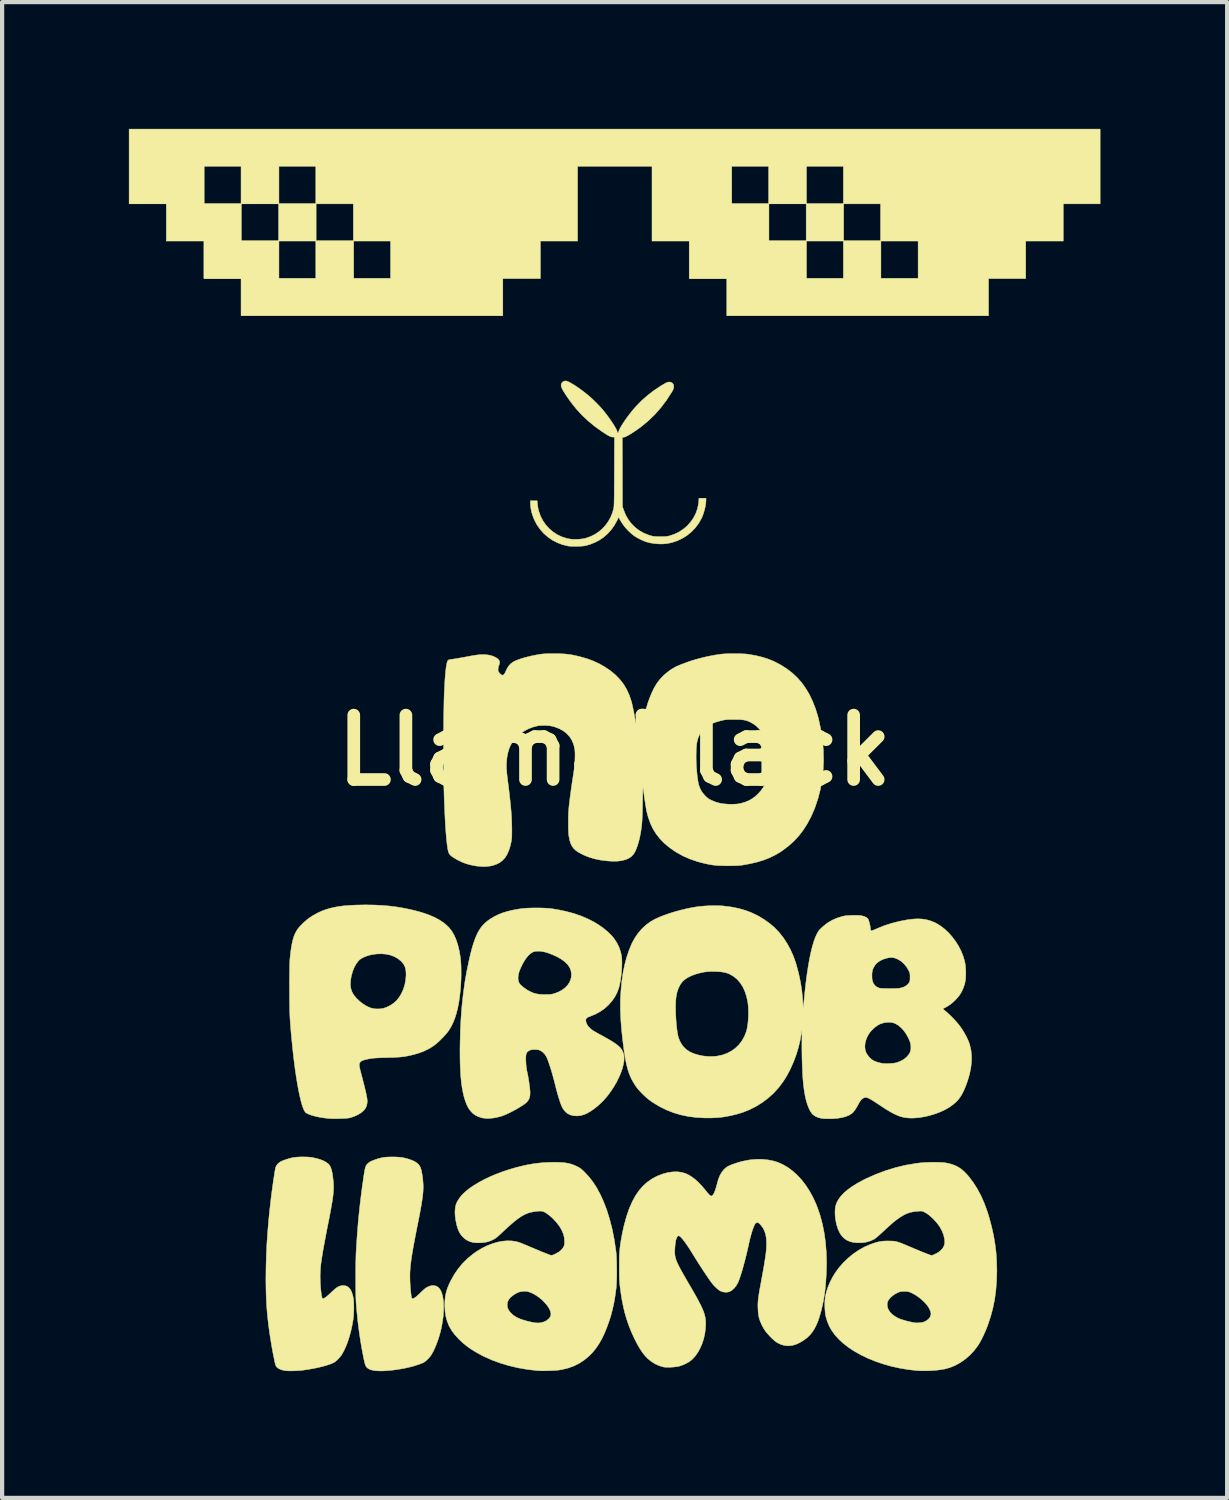
<source format=kicad_pcb>
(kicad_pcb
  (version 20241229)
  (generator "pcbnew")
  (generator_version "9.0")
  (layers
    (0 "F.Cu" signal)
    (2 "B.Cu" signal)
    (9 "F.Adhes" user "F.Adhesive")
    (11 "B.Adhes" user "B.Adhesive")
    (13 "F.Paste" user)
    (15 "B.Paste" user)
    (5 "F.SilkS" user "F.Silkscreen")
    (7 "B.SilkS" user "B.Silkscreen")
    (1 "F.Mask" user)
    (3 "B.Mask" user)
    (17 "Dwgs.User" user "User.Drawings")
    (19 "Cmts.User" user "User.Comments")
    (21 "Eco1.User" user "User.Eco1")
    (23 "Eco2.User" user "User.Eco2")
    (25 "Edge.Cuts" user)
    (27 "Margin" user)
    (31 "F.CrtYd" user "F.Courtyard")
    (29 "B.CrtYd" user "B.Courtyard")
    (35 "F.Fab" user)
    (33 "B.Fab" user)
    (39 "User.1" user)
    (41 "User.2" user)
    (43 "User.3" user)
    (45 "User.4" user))
  (footprint "LlamaBlack"
    (layer "F.Cu")
    (at 11.49 14.707)
    (property "Reference" "LlamaBlack" (at 0 0 0) (layer "F.SilkS") (effects (font (size 1.524 1.524) (thickness 0.3))))
    (attr through_hole)
    (fp_poly (pts (xy 11.494 -12.933) (xy 10.622 -12.933) (xy 10.622 -12.053) (xy 9.733 -12.053) (xy 9.733 -11.164) (xy 8.853 -11.164) (xy 8.853 -10.284) (xy 2.658 -10.284) (xy 2.658 -11.164) (xy 1.769 -11.164) (xy 1.769 -12.053) (xy 4.545 -12.053) (xy 4.545 -11.172) (xy 5.417 -11.172) (xy 5.417 -12.053) (xy 6.306 -12.053) (xy 6.306 -11.172) (xy 7.186 -11.172) (xy 7.186 -12.053) (xy 6.306 -12.053) (xy 5.417 -12.053) (xy 4.545 -12.053) (xy 1.769 -12.053) (xy 0.889 -12.053) (xy 0.889 -12.933) (xy 3.656 -12.933) (xy 3.656 -12.061) (xy 4.537 -12.061) (xy 4.537 -12.933) (xy 5.425 -12.933) (xy 5.425 -12.061) (xy 6.297 -12.061) (xy 6.297 -12.933) (xy 5.425 -12.933) (xy 4.537 -12.933) (xy 3.656 -12.933) (xy 0.889 -12.933) (xy 0.889 -13.821) (xy 2.776 -13.821) (xy 2.776 -12.941) (xy 3.648 -12.941) (xy 3.648 -13.821) (xy 4.545 -13.821) (xy 4.545 -12.941) (xy 5.417 -12.941) (xy 5.417 -13.821) (xy 4.545 -13.821) (xy 3.648 -13.821) (xy 2.776 -13.821) (xy 0.889 -13.821) (xy -0.872 -13.821) (xy -0.872 -12.053) (xy -1.752 -12.053) (xy -1.752 -11.164) (xy -2.641 -11.164) (xy -2.641 -10.284) (xy -8.836 -10.284) (xy -8.836 -11.164) (xy -9.716 -11.164) (xy -9.716 -12.053) (xy -7.939 -12.053) (xy -7.939 -11.172) (xy -7.067 -11.172) (xy -7.067 -12.053) (xy -6.17 -12.053) (xy -6.17 -11.172) (xy -5.298 -11.172) (xy -5.298 -12.053) (xy -6.17 -12.053) (xy -7.067 -12.053) (xy -7.939 -12.053) (xy -9.716 -12.053) (xy -10.605 -12.053) (xy -10.605 -12.933) (xy -8.828 -12.933) (xy -8.828 -12.061) (xy -7.948 -12.061) (xy -7.948 -12.933) (xy -7.059 -12.933) (xy -7.059 -12.061) (xy -6.179 -12.061) (xy -6.179 -12.933) (xy -7.059 -12.933) (xy -7.948 -12.933) (xy -8.828 -12.933) (xy -10.605 -12.933) (xy -11.485 -12.933) (xy -11.485 -13.821) (xy -9.708 -13.821) (xy -9.708 -12.941) (xy -8.836 -12.941) (xy -8.836 -13.821) (xy -7.939 -13.821) (xy -7.939 -12.941) (xy -7.067 -12.941) (xy -7.067 -13.821) (xy -7.939 -13.821) (xy -8.836 -13.821) (xy -9.708 -13.821) (xy -11.485 -13.821) (xy -11.485 -14.702) (xy 11.494 -14.702) (xy 11.494 -12.933)) (stroke (width 0.01) (type solid)) (fill yes) (layer "F.SilkS"))
    (fp_poly (pts (xy -7.27 9.622) (xy -7.201 9.627) (xy -7.146 9.635) (xy -7.049 9.656) (xy -6.961 9.682) (xy -6.885 9.712) (xy -6.821 9.747) (xy -6.771 9.784) (xy -6.737 9.824) (xy -6.736 9.825) (xy -6.714 9.87) (xy -6.694 9.931) (xy -6.677 10.006) (xy -6.664 10.095) (xy -6.653 10.197) (xy -6.651 10.217) (xy -6.648 10.265) (xy -6.646 10.313) (xy -6.646 10.362) (xy -6.648 10.413) (xy -6.652 10.468) (xy -6.658 10.528) (xy -6.667 10.595) (xy -6.678 10.67) (xy -6.692 10.753) (xy -6.709 10.848) (xy -6.728 10.954) (xy -6.751 11.074) (xy -6.778 11.208) (xy -6.788 11.257) (xy -6.812 11.38) (xy -6.835 11.501) (xy -6.857 11.619) (xy -6.878 11.732) (xy -6.897 11.837) (xy -6.913 11.934) (xy -6.927 12.02) (xy -6.938 12.094) (xy -6.946 12.153) (xy -6.948 12.171) (xy -6.952 12.211) (xy -6.956 12.261) (xy -6.959 12.316) (xy -6.962 12.37) (xy -6.962 12.374) (xy -6.964 12.432) (xy -6.963 12.495) (xy -6.961 12.563) (xy -6.958 12.632) (xy -6.953 12.701) (xy -6.948 12.766) (xy -6.941 12.826) (xy -6.934 12.878) (xy -6.927 12.921) (xy -6.919 12.95) (xy -6.911 12.965) (xy -6.898 12.972) (xy -6.878 12.968) (xy -6.851 12.954) (xy -6.816 12.929) (xy -6.773 12.892) (xy -6.719 12.842) (xy -6.71 12.834) (xy -6.654 12.781) (xy -6.606 12.74) (xy -6.564 12.709) (xy -6.526 12.688) (xy -6.49 12.674) (xy -6.454 12.666) (xy -6.436 12.664) (xy -6.379 12.666) (xy -6.329 12.681) (xy -6.286 12.711) (xy -6.25 12.755) (xy -6.219 12.814) (xy -6.195 12.888) (xy -6.177 12.967) (xy -6.172 13.009) (xy -6.169 13.064) (xy -6.167 13.128) (xy -6.166 13.198) (xy -6.168 13.27) (xy -6.171 13.34) (xy -6.175 13.404) (xy -6.181 13.458) (xy -6.182 13.462) (xy -6.206 13.602) (xy -6.236 13.739) (xy -6.272 13.872) (xy -6.312 13.996) (xy -6.357 14.111) (xy -6.405 14.214) (xy -6.454 14.3) (xy -6.487 14.346) (xy -6.527 14.392) (xy -6.57 14.434) (xy -6.61 14.467) (xy -6.628 14.479) (xy -6.678 14.504) (xy -6.743 14.53) (xy -6.822 14.555) (xy -6.911 14.58) (xy -7.011 14.604) (xy -7.118 14.626) (xy -7.231 14.646) (xy -7.348 14.664) (xy -7.375 14.668) (xy -7.442 14.675) (xy -7.513 14.68) (xy -7.587 14.683) (xy -7.658 14.684) (xy -7.724 14.683) (xy -7.78 14.679) (xy -7.823 14.673) (xy -7.826 14.672) (xy -7.896 14.652) (xy -7.951 14.626) (xy -7.991 14.594) (xy -8.011 14.566) (xy -8.018 14.547) (xy -8.028 14.512) (xy -8.039 14.465) (xy -8.051 14.406) (xy -8.065 14.339) (xy -8.08 14.264) (xy -8.095 14.184) (xy -8.11 14.1) (xy -8.124 14.014) (xy -8.138 13.929) (xy -8.151 13.846) (xy -8.163 13.766) (xy -8.171 13.707) (xy -8.191 13.552) (xy -8.207 13.408) (xy -8.22 13.269) (xy -8.231 13.132) (xy -8.238 12.995) (xy -8.243 12.852) (xy -8.246 12.701) (xy -8.248 12.538) (xy -8.248 12.497) (xy -8.245 12.228) (xy -8.238 11.963) (xy -8.226 11.699) (xy -8.208 11.433) (xy -8.186 11.161) (xy -8.158 10.88) (xy -8.125 10.588) (xy -8.117 10.524) (xy -8.108 10.453) (xy -8.097 10.378) (xy -8.087 10.301) (xy -8.076 10.225) (xy -8.065 10.15) (xy -8.054 10.08) (xy -8.045 10.016) (xy -8.036 9.962) (xy -8.028 9.918) (xy -8.023 9.887) (xy -8.02 9.873) (xy -7.998 9.825) (xy -7.964 9.781) (xy -7.92 9.745) (xy -7.91 9.739) (xy -7.873 9.72) (xy -7.823 9.699) (xy -7.765 9.679) (xy -7.704 9.66) (xy -7.645 9.644) (xy -7.623 9.639) (xy -7.567 9.63) (xy -7.499 9.624) (xy -7.424 9.62) (xy -7.346 9.62) (xy -7.27 9.622)) (stroke (width 0.01) (type solid)) (fill yes) (layer "F.SilkS"))
    (fp_poly (pts (xy -5.171 9.622) (xy -5.097 9.626) (xy -5.032 9.633) (xy -4.97 9.645) (xy -4.906 9.661) (xy -4.861 9.675) (xy -4.785 9.702) (xy -4.723 9.731) (xy -4.674 9.763) (xy -4.635 9.799) (xy -4.609 9.834) (xy -4.592 9.868) (xy -4.575 9.917) (xy -4.561 9.978) (xy -4.548 10.049) (xy -4.537 10.127) (xy -4.53 10.21) (xy -4.529 10.224) (xy -4.526 10.278) (xy -4.525 10.332) (xy -4.526 10.389) (xy -4.529 10.448) (xy -4.535 10.512) (xy -4.543 10.583) (xy -4.555 10.661) (xy -4.569 10.749) (xy -4.586 10.847) (xy -4.606 10.957) (xy -4.63 11.081) (xy -4.655 11.206) (xy -4.687 11.366) (xy -4.715 11.511) (xy -4.74 11.642) (xy -4.762 11.76) (xy -4.78 11.867) (xy -4.796 11.964) (xy -4.809 12.051) (xy -4.82 12.132) (xy -4.828 12.206) (xy -4.834 12.275) (xy -4.838 12.34) (xy -4.84 12.403) (xy -4.84 12.464) (xy -4.839 12.526) (xy -4.839 12.535) (xy -4.836 12.595) (xy -4.833 12.658) (xy -4.828 12.721) (xy -4.823 12.783) (xy -4.817 12.84) (xy -4.811 12.889) (xy -4.805 12.927) (xy -4.8 12.952) (xy -4.798 12.956) (xy -4.787 12.971) (xy -4.775 12.975) (xy -4.753 12.969) (xy -4.722 12.951) (xy -4.684 12.922) (xy -4.641 12.884) (xy -4.605 12.85) (xy -4.573 12.818) (xy -4.54 12.787) (xy -4.512 12.761) (xy -4.494 12.745) (xy -4.434 12.704) (xy -4.374 12.677) (xy -4.315 12.664) (xy -4.259 12.665) (xy -4.207 12.681) (xy -4.164 12.71) (xy -4.128 12.753) (xy -4.098 12.81) (xy -4.074 12.881) (xy -4.057 12.963) (xy -4.045 13.057) (xy -4.041 13.159) (xy -4.043 13.269) (xy -4.051 13.386) (xy -4.067 13.508) (xy -4.089 13.633) (xy -4.093 13.656) (xy -4.118 13.759) (xy -4.147 13.863) (xy -4.18 13.965) (xy -4.217 14.063) (xy -4.255 14.154) (xy -4.294 14.235) (xy -4.332 14.302) (xy -4.344 14.32) (xy -4.373 14.357) (xy -4.409 14.397) (xy -4.448 14.434) (xy -4.486 14.466) (xy -4.514 14.484) (xy -4.542 14.497) (xy -4.582 14.513) (xy -4.632 14.531) (xy -4.687 14.549) (xy -4.745 14.567) (xy -4.8 14.583) (xy -4.829 14.59) (xy -4.936 14.615) (xy -5.046 14.636) (xy -5.156 14.654) (xy -5.265 14.668) (xy -5.37 14.678) (xy -5.469 14.684) (xy -5.559 14.685) (xy -5.637 14.681) (xy -5.702 14.673) (xy -5.705 14.672) (xy -5.758 14.659) (xy -5.799 14.644) (xy -5.833 14.624) (xy -5.851 14.609) (xy -5.866 14.595) (xy -5.878 14.578) (xy -5.889 14.557) (xy -5.899 14.53) (xy -5.909 14.493) (xy -5.921 14.445) (xy -5.934 14.383) (xy -5.938 14.363) (xy -5.979 14.151) (xy -6.014 13.94) (xy -6.045 13.726) (xy -6.073 13.505) (xy -6.096 13.274) (xy -6.113 13.081) (xy -6.115 13.037) (xy -6.118 12.979) (xy -6.12 12.907) (xy -6.121 12.826) (xy -6.122 12.736) (xy -6.123 12.64) (xy -6.123 12.539) (xy -6.123 12.437) (xy -6.123 12.335) (xy -6.122 12.235) (xy -6.121 12.14) (xy -6.119 12.051) (xy -6.117 11.972) (xy -6.115 11.903) (xy -6.112 11.854) (xy -6.098 11.618) (xy -6.082 11.395) (xy -6.065 11.182) (xy -6.045 10.974) (xy -6.023 10.767) (xy -5.998 10.557) (xy -5.97 10.342) (xy -5.949 10.195) (xy -5.937 10.107) (xy -5.926 10.034) (xy -5.916 9.975) (xy -5.908 9.927) (xy -5.899 9.889) (xy -5.891 9.859) (xy -5.882 9.836) (xy -5.872 9.817) (xy -5.86 9.801) (xy -5.847 9.787) (xy -5.833 9.774) (xy -5.81 9.754) (xy -5.788 9.739) (xy -5.761 9.724) (xy -5.727 9.71) (xy -5.682 9.692) (xy -5.666 9.686) (xy -5.594 9.662) (xy -5.527 9.644) (xy -5.461 9.632) (xy -5.391 9.624) (xy -5.312 9.621) (xy -5.256 9.62) (xy -5.171 9.622)) (stroke (width 0.01) (type solid)) (fill yes) (layer "F.SilkS"))
    (fp_poly (pts (xy -5.688 3.659) (xy -5.501 3.668) (xy -5.324 3.683) (xy -5.152 3.705) (xy -4.981 3.734) (xy -4.808 3.77) (xy -4.799 3.772) (xy -4.636 3.813) (xy -4.489 3.858) (xy -4.357 3.907) (xy -4.238 3.96) (xy -4.132 4.019) (xy -4.037 4.083) (xy -3.981 4.129) (xy -3.909 4.199) (xy -3.846 4.282) (xy -3.791 4.378) (xy -3.744 4.487) (xy -3.704 4.61) (xy -3.671 4.747) (xy -3.646 4.898) (xy -3.643 4.922) (xy -3.637 4.982) (xy -3.632 5.055) (xy -3.629 5.139) (xy -3.628 5.23) (xy -3.628 5.324) (xy -3.63 5.419) (xy -3.634 5.51) (xy -3.639 5.595) (xy -3.643 5.645) (xy -3.661 5.813) (xy -3.683 5.966) (xy -3.71 6.104) (xy -3.742 6.231) (xy -3.779 6.346) (xy -3.822 6.451) (xy -3.871 6.548) (xy -3.921 6.629) (xy -3.954 6.674) (xy -3.998 6.726) (xy -4.049 6.782) (xy -4.104 6.838) (xy -4.16 6.892) (xy -4.215 6.94) (xy -4.264 6.979) (xy -4.277 6.989) (xy -4.378 7.053) (xy -4.487 7.108) (xy -4.605 7.155) (xy -4.736 7.195) (xy -4.82 7.215) (xy -4.876 7.227) (xy -4.927 7.237) (xy -4.977 7.246) (xy -5.027 7.252) (xy -5.081 7.257) (xy -5.141 7.261) (xy -5.21 7.265) (xy -5.29 7.268) (xy -5.385 7.27) (xy -5.387 7.27) (xy -5.474 7.272) (xy -5.545 7.275) (xy -5.604 7.277) (xy -5.653 7.28) (xy -5.695 7.283) (xy -5.73 7.287) (xy -5.762 7.291) (xy -5.781 7.294) (xy -5.855 7.309) (xy -5.914 7.323) (xy -5.958 7.338) (xy -5.99 7.354) (xy -6.011 7.371) (xy -6.012 7.372) (xy -6.026 7.391) (xy -6.035 7.412) (xy -6.039 7.436) (xy -6.037 7.467) (xy -6.03 7.508) (xy -6.018 7.56) (xy -6.01 7.592) (xy -5.978 7.712) (xy -5.951 7.817) (xy -5.928 7.907) (xy -5.908 7.986) (xy -5.892 8.053) (xy -5.879 8.11) (xy -5.869 8.158) (xy -5.861 8.199) (xy -5.855 8.233) (xy -5.852 8.263) (xy -5.85 8.289) (xy -5.85 8.312) (xy -5.851 8.334) (xy -5.851 8.339) (xy -5.863 8.403) (xy -5.886 8.459) (xy -5.922 8.511) (xy -5.974 8.559) (xy -6.015 8.588) (xy -6.068 8.62) (xy -6.132 8.65) (xy -6.199 8.676) (xy -6.262 8.695) (xy -6.272 8.697) (xy -6.305 8.702) (xy -6.353 8.707) (xy -6.41 8.71) (xy -6.474 8.713) (xy -6.542 8.714) (xy -6.61 8.715) (xy -6.675 8.714) (xy -6.734 8.712) (xy -6.775 8.709) (xy -6.883 8.696) (xy -6.987 8.679) (xy -7.082 8.658) (xy -7.167 8.634) (xy -7.24 8.607) (xy -7.27 8.593) (xy -7.295 8.579) (xy -7.313 8.565) (xy -7.327 8.545) (xy -7.343 8.516) (xy -7.347 8.509) (xy -7.369 8.457) (xy -7.392 8.39) (xy -7.415 8.309) (xy -7.438 8.214) (xy -7.462 8.106) (xy -7.485 7.988) (xy -7.508 7.859) (xy -7.53 7.722) (xy -7.552 7.577) (xy -7.566 7.469) (xy -7.586 7.312) (xy -7.605 7.15) (xy -7.622 6.987) (xy -7.638 6.824) (xy -7.653 6.667) (xy -7.665 6.518) (xy -7.675 6.381) (xy -7.678 6.322) (xy -7.681 6.269) (xy -7.683 6.202) (xy -7.685 6.125) (xy -7.687 6.038) (xy -7.688 5.944) (xy -7.689 5.844) (xy -7.689 5.741) (xy -7.69 5.636) (xy -7.69 5.565) (xy -6.247 5.565) (xy -6.235 5.643) (xy -6.21 5.715) (xy -6.172 5.783) (xy -6.119 5.85) (xy -6.101 5.869) (xy -6.029 5.938) (xy -5.952 5.998) (xy -5.871 6.048) (xy -5.792 6.086) (xy -5.739 6.103) (xy -5.684 6.114) (xy -5.621 6.118) (xy -5.555 6.117) (xy -5.495 6.11) (xy -5.476 6.106) (xy -5.417 6.088) (xy -5.353 6.06) (xy -5.289 6.025) (xy -5.231 5.986) (xy -5.228 5.984) (xy -5.157 5.92) (xy -5.094 5.843) (xy -5.04 5.754) (xy -4.996 5.656) (xy -4.962 5.55) (xy -4.941 5.439) (xy -4.931 5.325) (xy -4.931 5.307) (xy -4.934 5.229) (xy -4.944 5.163) (xy -4.963 5.106) (xy -4.992 5.055) (xy -5.033 5.005) (xy -5.055 4.983) (xy -5.126 4.926) (xy -5.208 4.88) (xy -5.3 4.845) (xy -5.401 4.823) (xy -5.509 4.814) (xy -5.622 4.817) (xy -5.628 4.817) (xy -5.723 4.83) (xy -5.811 4.85) (xy -5.892 4.877) (xy -5.962 4.909) (xy -6.02 4.945) (xy -6.056 4.978) (xy -6.111 5.051) (xy -6.159 5.138) (xy -6.197 5.235) (xy -6.226 5.342) (xy -6.234 5.384) (xy -6.247 5.48) (xy -6.247 5.565) (xy -7.69 5.565) (xy -7.69 5.531) (xy -7.689 5.428) (xy -7.689 5.329) (xy -7.688 5.236) (xy -7.686 5.151) (xy -7.685 5.074) (xy -7.683 5.01) (xy -7.681 4.958) (xy -7.678 4.922) (xy -7.664 4.792) (xy -7.649 4.678) (xy -7.631 4.578) (xy -7.611 4.489) (xy -7.588 4.412) (xy -7.561 4.343) (xy -7.529 4.282) (xy -7.494 4.226) (xy -7.452 4.175) (xy -7.441 4.163) (xy -7.347 4.067) (xy -7.25 3.986) (xy -7.147 3.915) (xy -7.035 3.853) (xy -7.008 3.839) (xy -6.918 3.799) (xy -6.825 3.765) (xy -6.727 3.736) (xy -6.624 3.712) (xy -6.512 3.692) (xy -6.391 3.677) (xy -6.259 3.667) (xy -6.114 3.66) (xy -5.955 3.657) (xy -5.887 3.656) (xy -5.688 3.659)) (stroke (width 0.01) (type solid)) (fill yes) (layer "F.SilkS"))
    (fp_poly (pts (xy -1.126 -8.738) (xy -1.087 -8.722) (xy -1.039 -8.697) (xy -0.983 -8.664) (xy -0.919 -8.624) (xy -0.851 -8.578) (xy -0.779 -8.526) (xy -0.705 -8.47) (xy -0.635 -8.414) (xy -0.578 -8.365) (xy -0.514 -8.307) (xy -0.447 -8.242) (xy -0.382 -8.176) (xy -0.321 -8.111) (xy -0.269 -8.051) (xy -0.258 -8.038) (xy -0.208 -7.975) (xy -0.158 -7.909) (xy -0.111 -7.844) (xy -0.067 -7.78) (xy -0.027 -7.719) (xy 0.007 -7.663) (xy 0.035 -7.615) (xy 0.054 -7.576) (xy 0.064 -7.547) (xy 0.065 -7.542) (xy 0.071 -7.517) (xy 0.08 -7.509) (xy 0.089 -7.516) (xy 0.099 -7.54) (xy 0.101 -7.548) (xy 0.114 -7.583) (xy 0.137 -7.629) (xy 0.168 -7.684) (xy 0.207 -7.745) (xy 0.251 -7.811) (xy 0.3 -7.88) (xy 0.352 -7.949) (xy 0.406 -8.018) (xy 0.46 -8.083) (xy 0.514 -8.144) (xy 0.645 -8.278) (xy 0.785 -8.401) (xy 0.934 -8.516) (xy 1.09 -8.62) (xy 1.146 -8.654) (xy 1.189 -8.679) (xy 1.223 -8.697) (xy 1.251 -8.709) (xy 1.274 -8.715) (xy 1.294 -8.718) (xy 1.298 -8.718) (xy 1.341 -8.711) (xy 1.373 -8.691) (xy 1.395 -8.66) (xy 1.404 -8.618) (xy 1.403 -8.595) (xy 1.399 -8.569) (xy 1.389 -8.541) (xy 1.373 -8.508) (xy 1.354 -8.476) (xy 1.233 -8.288) (xy 1.1 -8.112) (xy 0.957 -7.95) (xy 0.804 -7.801) (xy 0.64 -7.665) (xy 0.548 -7.598) (xy 0.471 -7.545) (xy 0.402 -7.5) (xy 0.341 -7.464) (xy 0.29 -7.436) (xy 0.251 -7.418) (xy 0.225 -7.411) (xy 0.186 -7.405) (xy 0.188 -6.586) (xy 0.19 -5.768) (xy 0.215 -5.696) (xy 0.263 -5.576) (xy 0.325 -5.466) (xy 0.399 -5.368) (xy 0.485 -5.281) (xy 0.582 -5.206) (xy 0.69 -5.144) (xy 0.808 -5.096) (xy 0.874 -5.076) (xy 0.904 -5.069) (xy 0.933 -5.064) (xy 0.964 -5.061) (xy 1.003 -5.059) (xy 1.052 -5.058) (xy 1.088 -5.058) (xy 1.143 -5.058) (xy 1.186 -5.059) (xy 1.22 -5.062) (xy 1.25 -5.066) (xy 1.279 -5.071) (xy 1.311 -5.08) (xy 1.314 -5.08) (xy 1.429 -5.12) (xy 1.536 -5.173) (xy 1.635 -5.239) (xy 1.725 -5.316) (xy 1.803 -5.404) (xy 1.87 -5.5) (xy 1.924 -5.604) (xy 1.963 -5.714) (xy 1.988 -5.829) (xy 1.995 -5.893) (xy 2 -5.967) (xy 2.167 -5.967) (xy 2.167 -5.918) (xy 2.162 -5.85) (xy 2.15 -5.772) (xy 2.131 -5.69) (xy 2.107 -5.609) (xy 2.079 -5.532) (xy 2.056 -5.483) (xy 1.99 -5.368) (xy 1.91 -5.263) (xy 1.819 -5.169) (xy 1.717 -5.086) (xy 1.606 -5.017) (xy 1.487 -4.96) (xy 1.363 -4.919) (xy 1.251 -4.895) (xy 1.152 -4.886) (xy 1.046 -4.886) (xy 0.939 -4.895) (xy 0.837 -4.912) (xy 0.749 -4.936) (xy 0.684 -4.961) (xy 0.613 -4.994) (xy 0.543 -5.03) (xy 0.482 -5.067) (xy 0.477 -5.07) (xy 0.402 -5.128) (xy 0.327 -5.198) (xy 0.255 -5.277) (xy 0.192 -5.36) (xy 0.14 -5.443) (xy 0.127 -5.467) (xy 0.1 -5.521) (xy 0.063 -5.442) (xy -0.000103 -5.329) (xy -0.076 -5.222) (xy -0.164 -5.125) (xy -0.26 -5.041) (xy -0.275 -5.03) (xy -0.363 -4.972) (xy -0.463 -4.921) (xy -0.568 -4.878) (xy -0.674 -4.847) (xy -0.683 -4.845) (xy -0.723 -4.838) (xy -0.776 -4.833) (xy -0.838 -4.83) (xy -0.902 -4.828) (xy -0.966 -4.828) (xy -1.025 -4.83) (xy -1.075 -4.834) (xy -1.097 -4.837) (xy -1.227 -4.868) (xy -1.351 -4.915) (xy -1.468 -4.975) (xy -1.575 -5.049) (xy -1.673 -5.135) (xy -1.76 -5.233) (xy -1.835 -5.341) (xy -1.897 -5.459) (xy -1.941 -5.573) (xy -1.961 -5.642) (xy -1.976 -5.716) (xy -1.986 -5.787) (xy -1.989 -5.85) (xy -1.989 -5.908) (xy -1.829 -5.908) (xy -1.825 -5.872) (xy -1.822 -5.843) (xy -1.818 -5.807) (xy -1.815 -5.782) (xy -1.81 -5.748) (xy -1.802 -5.705) (xy -1.791 -5.663) (xy -1.789 -5.656) (xy -1.747 -5.54) (xy -1.691 -5.432) (xy -1.622 -5.334) (xy -1.542 -5.246) (xy -1.451 -5.169) (xy -1.351 -5.104) (xy -1.242 -5.053) (xy -1.127 -5.016) (xy -1.056 -5.002) (xy -0.994 -4.995) (xy -0.924 -4.994) (xy -0.849 -4.996) (xy -0.777 -5.003) (xy -0.711 -5.013) (xy -0.673 -5.023) (xy -0.558 -5.064) (xy -0.454 -5.117) (xy -0.357 -5.184) (xy -0.281 -5.25) (xy -0.205 -5.334) (xy -0.141 -5.424) (xy -0.088 -5.522) (xy -0.045 -5.63) (xy -0.019 -5.722) (xy -0.017 -5.732) (xy -0.015 -5.746) (xy -0.013 -5.763) (xy -0.011 -5.784) (xy -0.01 -5.811) (xy -0.009 -5.845) (xy -0.008 -5.887) (xy -0.007 -5.938) (xy -0.006 -5.998) (xy -0.005 -6.069) (xy -0.005 -6.152) (xy -0.004 -6.249) (xy -0.003 -6.359) (xy -0.003 -6.484) (xy -0.002 -6.595) (xy 0.001 -7.414) (xy -0.039 -7.414) (xy -0.061 -7.416) (xy -0.085 -7.423) (xy -0.114 -7.435) (xy -0.15 -7.453) (xy -0.193 -7.479) (xy -0.247 -7.514) (xy -0.292 -7.543) (xy -0.463 -7.666) (xy -0.621 -7.795) (xy -0.766 -7.931) (xy -0.901 -8.078) (xy -1.027 -8.236) (xy -1.129 -8.381) (xy -1.173 -8.448) (xy -1.207 -8.503) (xy -1.232 -8.548) (xy -1.249 -8.585) (xy -1.259 -8.616) (xy -1.262 -8.642) (xy -1.259 -8.666) (xy -1.25 -8.688) (xy -1.248 -8.693) (xy -1.227 -8.717) (xy -1.196 -8.735) (xy -1.16 -8.743) (xy -1.153 -8.743) (xy -1.126 -8.738)) (stroke (width 0.01) (type solid)) (fill yes) (layer "F.SilkS"))
    (fp_poly (pts (xy 7.616 9.747) (xy 7.691 9.749) (xy 7.758 9.752) (xy 7.813 9.757) (xy 7.846 9.762) (xy 7.949 9.785) (xy 8.039 9.814) (xy 8.12 9.852) (xy 8.195 9.899) (xy 8.266 9.958) (xy 8.338 10.031) (xy 8.381 10.08) (xy 8.489 10.222) (xy 8.588 10.378) (xy 8.678 10.548) (xy 8.758 10.732) (xy 8.83 10.931) (xy 8.869 11.058) (xy 8.925 11.27) (xy 8.971 11.474) (xy 9.005 11.674) (xy 9.03 11.874) (xy 9.044 12.077) (xy 9.05 12.288) (xy 9.05 12.315) (xy 9.044 12.547) (xy 9.027 12.768) (xy 8.999 12.981) (xy 8.958 13.187) (xy 8.904 13.391) (xy 8.837 13.593) (xy 8.805 13.678) (xy 8.772 13.756) (xy 8.736 13.837) (xy 8.697 13.917) (xy 8.658 13.99) (xy 8.621 14.054) (xy 8.596 14.092) (xy 8.508 14.207) (xy 8.411 14.311) (xy 8.305 14.403) (xy 8.192 14.483) (xy 8.073 14.55) (xy 7.951 14.601) (xy 7.826 14.637) (xy 7.818 14.639) (xy 7.729 14.654) (xy 7.629 14.667) (xy 7.521 14.676) (xy 7.411 14.681) (xy 7.304 14.682) (xy 7.204 14.679) (xy 7.16 14.676) (xy 6.954 14.653) (xy 6.751 14.619) (xy 6.553 14.575) (xy 6.361 14.521) (xy 6.176 14.458) (xy 6 14.387) (xy 5.834 14.307) (xy 5.679 14.22) (xy 5.536 14.126) (xy 5.407 14.025) (xy 5.316 13.941) (xy 5.224 13.841) (xy 5.148 13.738) (xy 5.086 13.631) (xy 5.038 13.517) (xy 5.002 13.396) (xy 5.001 13.391) (xy 4.991 13.335) (xy 4.984 13.267) (xy 4.979 13.192) (xy 4.978 13.119) (xy 6.454 13.119) (xy 6.462 13.18) (xy 6.486 13.239) (xy 6.524 13.296) (xy 6.577 13.349) (xy 6.642 13.396) (xy 6.718 13.438) (xy 6.724 13.44) (xy 6.775 13.461) (xy 6.839 13.481) (xy 6.91 13.502) (xy 6.985 13.52) (xy 7.058 13.536) (xy 7.114 13.545) (xy 7.155 13.548) (xy 7.204 13.546) (xy 7.255 13.541) (xy 7.301 13.532) (xy 7.324 13.525) (xy 7.381 13.497) (xy 7.429 13.461) (xy 7.464 13.418) (xy 7.485 13.371) (xy 7.491 13.33) (xy 7.485 13.294) (xy 7.47 13.25) (xy 7.446 13.202) (xy 7.417 13.154) (xy 7.397 13.127) (xy 7.34 13.062) (xy 7.273 12.999) (xy 7.199 12.939) (xy 7.123 12.887) (xy 7.049 12.846) (xy 7.01 12.828) (xy 6.977 12.816) (xy 6.949 12.808) (xy 6.92 12.804) (xy 6.885 12.803) (xy 6.86 12.802) (xy 6.815 12.803) (xy 6.78 12.807) (xy 6.751 12.813) (xy 6.725 12.822) (xy 6.654 12.856) (xy 6.589 12.899) (xy 6.533 12.948) (xy 6.49 13.001) (xy 6.474 13.027) (xy 6.461 13.06) (xy 6.455 13.097) (xy 6.454 13.119) (xy 4.978 13.119) (xy 4.978 13.115) (xy 4.979 13.041) (xy 4.984 12.973) (xy 4.989 12.932) (xy 5.014 12.821) (xy 5.051 12.704) (xy 5.101 12.586) (xy 5.161 12.468) (xy 5.22 12.37) (xy 5.311 12.244) (xy 5.414 12.126) (xy 5.528 12.016) (xy 5.65 11.916) (xy 5.779 11.828) (xy 5.912 11.753) (xy 6.048 11.693) (xy 6.09 11.678) (xy 6.161 11.654) (xy 6.222 11.636) (xy 6.277 11.624) (xy 6.33 11.615) (xy 6.386 11.611) (xy 6.45 11.609) (xy 6.479 11.609) (xy 6.527 11.61) (xy 6.569 11.611) (xy 6.606 11.613) (xy 6.642 11.618) (xy 6.677 11.626) (xy 6.716 11.637) (xy 6.759 11.652) (xy 6.81 11.671) (xy 6.871 11.696) (xy 6.944 11.727) (xy 6.984 11.744) (xy 7.082 11.786) (xy 7.174 11.824) (xy 7.256 11.858) (xy 7.328 11.887) (xy 7.39 11.911) (xy 7.44 11.93) (xy 7.476 11.943) (xy 7.499 11.95) (xy 7.505 11.951) (xy 7.525 11.947) (xy 7.555 11.936) (xy 7.59 11.919) (xy 7.628 11.9) (xy 7.663 11.88) (xy 7.664 11.879) (xy 7.723 11.833) (xy 7.768 11.782) (xy 7.79 11.744) (xy 7.806 11.702) (xy 7.815 11.662) (xy 7.816 11.618) (xy 7.812 11.57) (xy 7.79 11.469) (xy 7.752 11.37) (xy 7.698 11.272) (xy 7.626 11.175) (xy 7.538 11.08) (xy 7.532 11.075) (xy 7.475 11.022) (xy 7.425 10.981) (xy 7.378 10.95) (xy 7.332 10.925) (xy 7.325 10.921) (xy 7.301 10.911) (xy 7.282 10.905) (xy 7.26 10.902) (xy 7.233 10.902) (xy 7.194 10.904) (xy 7.192 10.905) (xy 7.095 10.914) (xy 7.009 10.931) (xy 6.93 10.956) (xy 6.854 10.991) (xy 6.776 11.038) (xy 6.763 11.046) (xy 6.721 11.075) (xy 6.681 11.104) (xy 6.641 11.134) (xy 6.599 11.168) (xy 6.553 11.208) (xy 6.502 11.254) (xy 6.442 11.308) (xy 6.373 11.372) (xy 6.362 11.383) (xy 6.316 11.425) (xy 6.271 11.466) (xy 6.229 11.502) (xy 6.193 11.532) (xy 6.165 11.553) (xy 6.152 11.563) (xy 6.068 11.604) (xy 5.975 11.633) (xy 5.872 11.65) (xy 5.763 11.653) (xy 5.747 11.653) (xy 5.653 11.643) (xy 5.569 11.622) (xy 5.496 11.589) (xy 5.431 11.543) (xy 5.376 11.485) (xy 5.329 11.413) (xy 5.29 11.327) (xy 5.258 11.226) (xy 5.234 11.111) (xy 5.231 11.092) (xy 5.225 11.043) (xy 5.221 10.987) (xy 5.22 10.928) (xy 5.222 10.872) (xy 5.226 10.824) (xy 5.23 10.796) (xy 5.256 10.713) (xy 5.298 10.632) (xy 5.356 10.552) (xy 5.43 10.473) (xy 5.521 10.395) (xy 5.628 10.318) (xy 5.752 10.241) (xy 5.893 10.165) (xy 5.962 10.131) (xy 6.189 10.03) (xy 6.422 9.943) (xy 6.658 9.871) (xy 6.897 9.814) (xy 7.134 9.774) (xy 7.23 9.762) (xy 7.298 9.756) (xy 7.374 9.751) (xy 7.454 9.748) (xy 7.536 9.747) (xy 7.616 9.747)) (stroke (width 0.01) (type solid)) (fill yes) (layer "F.SilkS"))
    (fp_poly (pts (xy -1.329 9.748) (xy -1.237 9.753) (xy -1.157 9.761) (xy -1.084 9.774) (xy -1.017 9.792) (xy -0.952 9.816) (xy -0.889 9.844) (xy -0.847 9.866) (xy -0.813 9.887) (xy -0.782 9.91) (xy -0.748 9.94) (xy -0.721 9.965) (xy -0.614 10.079) (xy -0.514 10.205) (xy -0.422 10.346) (xy -0.338 10.502) (xy -0.26 10.672) (xy -0.188 10.857) (xy -0.176 10.893) (xy -0.109 11.111) (xy -0.051 11.34) (xy -0.004 11.578) (xy 0.032 11.821) (xy 0.04 11.883) (xy 0.045 11.944) (xy 0.049 12.019) (xy 0.052 12.103) (xy 0.054 12.194) (xy 0.055 12.289) (xy 0.055 12.385) (xy 0.054 12.478) (xy 0.051 12.566) (xy 0.047 12.645) (xy 0.043 12.711) (xy 0.039 12.742) (xy 0.016 12.913) (xy -0.011 13.072) (xy -0.044 13.222) (xy -0.082 13.368) (xy -0.121 13.493) (xy -0.178 13.652) (xy -0.236 13.795) (xy -0.298 13.924) (xy -0.364 14.04) (xy -0.434 14.144) (xy -0.509 14.238) (xy -0.591 14.322) (xy -0.598 14.329) (xy -0.709 14.422) (xy -0.826 14.5) (xy -0.95 14.563) (xy -1.083 14.613) (xy -1.226 14.649) (xy -1.314 14.664) (xy -1.366 14.67) (xy -1.432 14.674) (xy -1.506 14.678) (xy -1.583 14.68) (xy -1.661 14.681) (xy -1.733 14.681) (xy -1.797 14.678) (xy -1.828 14.676) (xy -2.052 14.651) (xy -2.273 14.613) (xy -2.488 14.563) (xy -2.696 14.501) (xy -2.895 14.428) (xy -3.082 14.345) (xy -3.144 14.314) (xy -3.271 14.244) (xy -3.385 14.174) (xy -3.488 14.102) (xy -3.582 14.026) (xy -3.67 13.944) (xy -3.686 13.928) (xy -3.777 13.828) (xy -3.853 13.726) (xy -3.913 13.621) (xy -3.958 13.511) (xy -3.99 13.394) (xy -4.009 13.269) (xy -4.015 13.134) (xy -4.015 13.123) (xy -4.015 13.114) (xy -2.538 13.114) (xy -2.537 13.138) (xy -2.528 13.19) (xy -2.509 13.237) (xy -2.477 13.283) (xy -2.451 13.312) (xy -2.406 13.356) (xy -2.354 13.393) (xy -2.294 13.427) (xy -2.224 13.457) (xy -2.141 13.484) (xy -2.072 13.504) (xy -1.994 13.523) (xy -1.928 13.537) (xy -1.872 13.546) (xy -1.824 13.549) (xy -1.779 13.548) (xy -1.735 13.542) (xy -1.73 13.541) (xy -1.67 13.524) (xy -1.615 13.498) (xy -1.568 13.463) (xy -1.531 13.424) (xy -1.509 13.38) (xy -1.506 13.373) (xy -1.503 13.328) (xy -1.513 13.278) (xy -1.536 13.224) (xy -1.569 13.167) (xy -1.612 13.11) (xy -1.663 13.053) (xy -1.72 12.997) (xy -1.782 12.946) (xy -1.848 12.9) (xy -1.915 12.86) (xy -1.983 12.829) (xy -2.05 12.807) (xy -2.056 12.806) (xy -2.109 12.799) (xy -2.17 12.801) (xy -2.23 12.811) (xy -2.271 12.823) (xy -2.317 12.844) (xy -2.366 12.873) (xy -2.413 12.906) (xy -2.454 12.94) (xy -2.48 12.967) (xy -2.513 13.017) (xy -2.532 13.064) (xy -2.538 13.114) (xy -4.015 13.114) (xy -4.012 13.018) (xy -4.002 12.923) (xy -3.984 12.833) (xy -3.958 12.744) (xy -3.921 12.651) (xy -3.881 12.565) (xy -3.796 12.411) (xy -3.699 12.268) (xy -3.589 12.136) (xy -3.466 12.015) (xy -3.329 11.905) (xy -3.259 11.856) (xy -3.142 11.785) (xy -3.021 11.724) (xy -2.898 11.676) (xy -2.776 11.639) (xy -2.656 11.615) (xy -2.539 11.605) (xy -2.429 11.608) (xy -2.361 11.617) (xy -2.334 11.623) (xy -2.309 11.628) (xy -2.285 11.634) (xy -2.26 11.642) (xy -2.231 11.652) (xy -2.197 11.665) (xy -2.155 11.682) (xy -2.102 11.704) (xy -2.038 11.731) (xy -1.985 11.754) (xy -1.884 11.796) (xy -1.794 11.834) (xy -1.713 11.868) (xy -1.643 11.896) (xy -1.586 11.918) (xy -1.541 11.935) (xy -1.511 11.945) (xy -1.5 11.948) (xy -1.483 11.948) (xy -1.461 11.943) (xy -1.43 11.93) (xy -1.395 11.914) (xy -1.322 11.874) (xy -1.265 11.83) (xy -1.223 11.781) (xy -1.204 11.75) (xy -1.193 11.725) (xy -1.186 11.703) (xy -1.182 11.679) (xy -1.181 11.646) (xy -1.181 11.617) (xy -1.188 11.526) (xy -1.211 11.437) (xy -1.249 11.348) (xy -1.303 11.258) (xy -1.373 11.168) (xy -1.451 11.083) (xy -1.498 11.039) (xy -1.548 10.998) (xy -1.596 10.962) (xy -1.64 10.933) (xy -1.678 10.915) (xy -1.691 10.91) (xy -1.72 10.904) (xy -1.754 10.902) (xy -1.795 10.903) (xy -1.849 10.909) (xy -1.862 10.91) (xy -1.927 10.92) (xy -1.987 10.933) (xy -2.045 10.95) (xy -2.102 10.973) (xy -2.16 11.002) (xy -2.219 11.037) (xy -2.283 11.081) (xy -2.351 11.134) (xy -2.425 11.196) (xy -2.508 11.269) (xy -2.6 11.353) (xy -2.627 11.379) (xy -2.68 11.429) (xy -2.722 11.468) (xy -2.756 11.498) (xy -2.784 11.522) (xy -2.808 11.54) (xy -2.829 11.554) (xy -2.849 11.566) (xy -2.872 11.578) (xy -2.881 11.583) (xy -2.943 11.61) (xy -3 11.629) (xy -3.058 11.641) (xy -3.124 11.649) (xy -3.17 11.652) (xy -3.266 11.652) (xy -3.35 11.643) (xy -3.424 11.623) (xy -3.49 11.592) (xy -3.55 11.549) (xy -3.584 11.517) (xy -3.627 11.469) (xy -3.661 11.419) (xy -3.69 11.361) (xy -3.714 11.294) (xy -3.733 11.229) (xy -3.756 11.118) (xy -3.77 11.013) (xy -3.774 10.915) (xy -3.767 10.828) (xy -3.751 10.751) (xy -3.75 10.748) (xy -3.728 10.695) (xy -3.695 10.636) (xy -3.653 10.575) (xy -3.605 10.518) (xy -3.601 10.513) (xy -3.525 10.44) (xy -3.434 10.367) (xy -3.329 10.295) (xy -3.211 10.224) (xy -3.083 10.155) (xy -2.945 10.089) (xy -2.799 10.027) (xy -2.646 9.969) (xy -2.488 9.917) (xy -2.327 9.87) (xy -2.243 9.849) (xy -2.093 9.814) (xy -1.954 9.788) (xy -1.819 9.769) (xy -1.684 9.756) (xy -1.543 9.749) (xy -1.435 9.747) (xy -1.329 9.748)) (stroke (width 0.01) (type solid)) (fill yes) (layer "F.SilkS"))
    (fp_poly (pts (xy -1.72 3.73) (xy -1.638 3.733) (xy -1.565 3.737) (xy -1.504 3.743) (xy -1.494 3.744) (xy -1.333 3.771) (xy -1.168 3.805) (xy -1.009 3.846) (xy -0.923 3.872) (xy -0.773 3.925) (xy -0.63 3.987) (xy -0.494 4.056) (xy -0.367 4.133) (xy -0.25 4.216) (xy -0.147 4.303) (xy -0.057 4.394) (xy -0.004 4.459) (xy 0.059 4.556) (xy 0.11 4.66) (xy 0.147 4.768) (xy 0.169 4.87) (xy 0.175 4.943) (xy 0.177 5.029) (xy 0.175 5.124) (xy 0.169 5.224) (xy 0.159 5.325) (xy 0.146 5.423) (xy 0.129 5.515) (xy 0.11 5.597) (xy 0.105 5.615) (xy 0.067 5.721) (xy 0.017 5.821) (xy -0.048 5.917) (xy -0.129 6.011) (xy -0.152 6.035) (xy -0.24 6.113) (xy -0.34 6.182) (xy -0.447 6.241) (xy -0.56 6.288) (xy -0.572 6.292) (xy -0.621 6.311) (xy -0.654 6.331) (xy -0.673 6.356) (xy -0.678 6.386) (xy -0.672 6.426) (xy -0.66 6.462) (xy -0.645 6.494) (xy -0.625 6.524) (xy -0.596 6.556) (xy -0.585 6.568) (xy -0.566 6.585) (xy -0.546 6.602) (xy -0.524 6.619) (xy -0.496 6.637) (xy -0.46 6.658) (xy -0.416 6.684) (xy -0.36 6.715) (xy -0.313 6.74) (xy -0.21 6.797) (xy -0.121 6.848) (xy -0.046 6.893) (xy 0.017 6.935) (xy 0.07 6.974) (xy 0.113 7.011) (xy 0.147 7.047) (xy 0.174 7.083) (xy 0.194 7.119) (xy 0.209 7.158) (xy 0.22 7.195) (xy 0.229 7.266) (xy 0.226 7.348) (xy 0.211 7.437) (xy 0.186 7.533) (xy 0.15 7.635) (xy 0.105 7.74) (xy 0.051 7.848) (xy -0.012 7.957) (xy -0.083 8.065) (xy -0.161 8.171) (xy -0.165 8.176) (xy -0.267 8.293) (xy -0.383 8.403) (xy -0.479 8.48) (xy -0.566 8.54) (xy -0.645 8.586) (xy -0.721 8.619) (xy -0.794 8.64) (xy -0.867 8.649) (xy -0.897 8.65) (xy -0.979 8.643) (xy -1.052 8.623) (xy -1.116 8.589) (xy -1.171 8.54) (xy -1.218 8.477) (xy -1.245 8.425) (xy -1.263 8.383) (xy -1.284 8.326) (xy -1.306 8.258) (xy -1.33 8.18) (xy -1.354 8.097) (xy -1.378 8.009) (xy -1.396 7.934) (xy -1.421 7.837) (xy -1.447 7.74) (xy -1.473 7.645) (xy -1.5 7.555) (xy -1.527 7.471) (xy -1.552 7.395) (xy -1.575 7.33) (xy -1.596 7.278) (xy -1.607 7.254) (xy -1.644 7.195) (xy -1.691 7.145) (xy -1.744 7.108) (xy -1.749 7.105) (xy -1.774 7.094) (xy -1.796 7.086) (xy -1.82 7.082) (xy -1.851 7.08) (xy -1.883 7.08) (xy -1.925 7.081) (xy -1.956 7.083) (xy -1.979 7.088) (xy -2 7.096) (xy -2.008 7.1) (xy -2.039 7.117) (xy -2.062 7.137) (xy -2.079 7.162) (xy -2.09 7.194) (xy -2.096 7.236) (xy -2.098 7.289) (xy -2.096 7.357) (xy -2.096 7.359) (xy -2.092 7.435) (xy -2.085 7.504) (xy -2.073 7.574) (xy -2.066 7.609) (xy -2.05 7.685) (xy -2.036 7.764) (xy -2.023 7.844) (xy -2.013 7.92) (xy -2.004 7.989) (xy -1.998 8.049) (xy -1.996 8.097) (xy -1.996 8.104) (xy -2 8.173) (xy -2.014 8.231) (xy -2.04 8.282) (xy -2.079 8.329) (xy -2.133 8.373) (xy -2.154 8.387) (xy -2.222 8.431) (xy -2.297 8.476) (xy -2.376 8.52) (xy -2.454 8.561) (xy -2.529 8.597) (xy -2.597 8.627) (xy -2.653 8.649) (xy -2.755 8.678) (xy -2.855 8.698) (xy -2.952 8.708) (xy -3.043 8.708) (xy -3.124 8.698) (xy -3.145 8.693) (xy -3.225 8.666) (xy -3.296 8.63) (xy -3.358 8.583) (xy -3.412 8.525) (xy -3.46 8.455) (xy -3.501 8.371) (xy -3.537 8.272) (xy -3.564 8.181) (xy -3.586 8.082) (xy -3.606 7.975) (xy -3.622 7.857) (xy -3.635 7.729) (xy -3.644 7.589) (xy -3.651 7.435) (xy -3.654 7.268) (xy -3.655 7.086) (xy -3.653 6.932) (xy -3.645 6.619) (xy -3.63 6.319) (xy -3.607 6.032) (xy -3.577 5.755) (xy -3.54 5.487) (xy -3.523 5.387) (xy -2.28 5.387) (xy -2.277 5.441) (xy -2.264 5.485) (xy -2.242 5.524) (xy -2.233 5.536) (xy -2.213 5.556) (xy -2.183 5.582) (xy -2.147 5.611) (xy -2.109 5.639) (xy -2.073 5.664) (xy -2.051 5.677) (xy -1.982 5.714) (xy -1.915 5.742) (xy -1.847 5.761) (xy -1.774 5.772) (xy -1.692 5.778) (xy -1.617 5.777) (xy -1.563 5.776) (xy -1.522 5.774) (xy -1.49 5.77) (xy -1.461 5.765) (xy -1.433 5.757) (xy -1.413 5.751) (xy -1.32 5.715) (xy -1.237 5.67) (xy -1.167 5.617) (xy -1.108 5.557) (xy -1.064 5.491) (xy -1.034 5.42) (xy -1.019 5.346) (xy -1.018 5.286) (xy -1.031 5.209) (xy -1.058 5.14) (xy -1.101 5.075) (xy -1.159 5.015) (xy -1.185 4.993) (xy -1.265 4.936) (xy -1.359 4.883) (xy -1.463 4.835) (xy -1.574 4.793) (xy -1.629 4.776) (xy -1.689 4.762) (xy -1.752 4.753) (xy -1.812 4.751) (xy -1.868 4.755) (xy -1.913 4.765) (xy -1.93 4.772) (xy -1.988 4.809) (xy -2.045 4.862) (xy -2.1 4.932) (xy -2.154 5.018) (xy -2.191 5.089) (xy -2.225 5.162) (xy -2.25 5.223) (xy -2.266 5.278) (xy -2.276 5.327) (xy -2.28 5.376) (xy -2.28 5.387) (xy -3.523 5.387) (xy -3.494 5.225) (xy -3.441 4.969) (xy -3.402 4.803) (xy -3.367 4.67) (xy -3.331 4.552) (xy -3.294 4.448) (xy -3.255 4.357) (xy -3.214 4.276) (xy -3.168 4.205) (xy -3.118 4.142) (xy -3.062 4.085) (xy -3 4.033) (xy -2.944 3.993) (xy -2.85 3.936) (xy -2.751 3.886) (xy -2.645 3.844) (xy -2.53 3.809) (xy -2.404 3.779) (xy -2.265 3.754) (xy -2.196 3.744) (xy -2.137 3.738) (xy -2.065 3.733) (xy -1.984 3.73) (xy -1.897 3.728) (xy -1.808 3.728) (xy -1.72 3.73)) (stroke (width 0.01) (type solid)) (fill yes) (layer "F.SilkS"))
    (fp_poly (pts (xy 3.638 9.691) (xy 3.774 9.719) (xy 3.86 9.746) (xy 3.982 9.799) (xy 4.101 9.868) (xy 4.215 9.952) (xy 4.324 10.05) (xy 4.427 10.161) (xy 4.524 10.286) (xy 4.613 10.422) (xy 4.695 10.57) (xy 4.768 10.729) (xy 4.806 10.825) (xy 4.871 11.018) (xy 4.924 11.219) (xy 4.965 11.428) (xy 4.995 11.646) (xy 5.013 11.874) (xy 5.02 12.112) (xy 5.015 12.361) (xy 4.999 12.622) (xy 4.993 12.692) (xy 4.981 12.798) (xy 4.965 12.91) (xy 4.945 13.025) (xy 4.921 13.138) (xy 4.895 13.249) (xy 4.866 13.353) (xy 4.837 13.449) (xy 4.806 13.533) (xy 4.778 13.598) (xy 4.73 13.691) (xy 4.678 13.771) (xy 4.621 13.839) (xy 4.557 13.9) (xy 4.484 13.955) (xy 4.388 14.014) (xy 4.296 14.056) (xy 4.206 14.082) (xy 4.118 14.091) (xy 4.032 14.084) (xy 3.947 14.061) (xy 3.863 14.021) (xy 3.818 13.993) (xy 3.789 13.97) (xy 3.752 13.937) (xy 3.71 13.897) (xy 3.668 13.853) (xy 3.628 13.809) (xy 3.593 13.768) (xy 3.579 13.751) (xy 3.53 13.677) (xy 3.486 13.594) (xy 3.448 13.507) (xy 3.423 13.428) (xy 3.414 13.388) (xy 3.407 13.35) (xy 3.402 13.309) (xy 3.399 13.259) (xy 3.397 13.204) (xy 3.395 13.158) (xy 3.395 13.115) (xy 3.396 13.073) (xy 3.399 13.031) (xy 3.403 12.986) (xy 3.41 12.935) (xy 3.418 12.877) (xy 3.429 12.81) (xy 3.443 12.731) (xy 3.46 12.639) (xy 3.467 12.602) (xy 3.491 12.469) (xy 3.512 12.352) (xy 3.531 12.248) (xy 3.546 12.157) (xy 3.559 12.076) (xy 3.57 12.006) (xy 3.579 11.943) (xy 3.586 11.887) (xy 3.591 11.837) (xy 3.595 11.79) (xy 3.597 11.746) (xy 3.599 11.703) (xy 3.599 11.66) (xy 3.599 11.659) (xy 3.594 11.552) (xy 3.579 11.457) (xy 3.552 11.374) (xy 3.515 11.3) (xy 3.465 11.234) (xy 3.452 11.22) (xy 3.427 11.195) (xy 3.409 11.181) (xy 3.395 11.174) (xy 3.38 11.174) (xy 3.377 11.174) (xy 3.347 11.184) (xy 3.333 11.198) (xy 3.315 11.229) (xy 3.294 11.276) (xy 3.272 11.336) (xy 3.249 11.407) (xy 3.226 11.488) (xy 3.203 11.577) (xy 3.181 11.671) (xy 3.179 11.684) (xy 3.154 11.795) (xy 3.128 11.906) (xy 3.101 12.016) (xy 3.073 12.123) (xy 3.045 12.225) (xy 3.018 12.319) (xy 2.992 12.405) (xy 2.967 12.48) (xy 2.945 12.542) (xy 2.925 12.59) (xy 2.925 12.59) (xy 2.885 12.662) (xy 2.839 12.722) (xy 2.788 12.77) (xy 2.733 12.804) (xy 2.706 12.814) (xy 2.679 12.819) (xy 2.645 12.822) (xy 2.617 12.821) (xy 2.569 12.815) (xy 2.525 12.801) (xy 2.482 12.778) (xy 2.437 12.743) (xy 2.386 12.696) (xy 2.382 12.692) (xy 2.358 12.668) (xy 2.335 12.642) (xy 2.311 12.613) (xy 2.286 12.579) (xy 2.256 12.538) (xy 2.222 12.489) (xy 2.181 12.428) (xy 2.145 12.374) (xy 2.1 12.307) (xy 2.053 12.235) (xy 2.006 12.162) (xy 1.961 12.091) (xy 1.92 12.026) (xy 1.886 11.971) (xy 1.879 11.959) (xy 1.816 11.858) (xy 1.758 11.767) (xy 1.705 11.688) (xy 1.657 11.621) (xy 1.614 11.567) (xy 1.578 11.526) (xy 1.548 11.499) (xy 1.526 11.486) (xy 1.52 11.485) (xy 1.502 11.493) (xy 1.484 11.515) (xy 1.468 11.547) (xy 1.454 11.587) (xy 1.452 11.597) (xy 1.443 11.646) (xy 1.436 11.704) (xy 1.431 11.767) (xy 1.428 11.829) (xy 1.428 11.886) (xy 1.43 11.933) (xy 1.431 11.94) (xy 1.436 11.972) (xy 1.443 12.005) (xy 1.453 12.038) (xy 1.465 12.074) (xy 1.482 12.114) (xy 1.502 12.158) (xy 1.527 12.209) (xy 1.558 12.268) (xy 1.595 12.335) (xy 1.639 12.413) (xy 1.69 12.502) (xy 1.749 12.604) (xy 1.773 12.645) (xy 1.843 12.765) (xy 1.905 12.873) (xy 1.958 12.968) (xy 2.003 13.054) (xy 2.042 13.13) (xy 2.074 13.198) (xy 2.1 13.259) (xy 2.121 13.315) (xy 2.136 13.368) (xy 2.148 13.417) (xy 2.155 13.465) (xy 2.159 13.512) (xy 2.161 13.56) (xy 2.161 13.563) (xy 2.155 13.686) (xy 2.138 13.807) (xy 2.111 13.926) (xy 2.074 14.04) (xy 2.028 14.147) (xy 1.974 14.245) (xy 1.913 14.332) (xy 1.846 14.405) (xy 1.82 14.428) (xy 1.769 14.465) (xy 1.708 14.501) (xy 1.641 14.534) (xy 1.574 14.56) (xy 1.523 14.575) (xy 1.484 14.583) (xy 1.433 14.589) (xy 1.377 14.594) (xy 1.318 14.597) (xy 1.261 14.598) (xy 1.211 14.597) (xy 1.172 14.593) (xy 1.16 14.591) (xy 1.06 14.562) (xy 0.961 14.517) (xy 0.868 14.458) (xy 0.781 14.386) (xy 0.734 14.337) (xy 0.675 14.265) (xy 0.615 14.177) (xy 0.553 14.074) (xy 0.491 13.955) (xy 0.475 13.923) (xy 0.406 13.773) (xy 0.346 13.625) (xy 0.293 13.474) (xy 0.248 13.32) (xy 0.209 13.158) (xy 0.175 12.987) (xy 0.147 12.803) (xy 0.134 12.703) (xy 0.129 12.659) (xy 0.125 12.619) (xy 0.122 12.578) (xy 0.119 12.536) (xy 0.117 12.489) (xy 0.116 12.435) (xy 0.115 12.371) (xy 0.115 12.295) (xy 0.115 12.226) (xy 0.115 12.134) (xy 0.115 12.056) (xy 0.116 11.989) (xy 0.118 11.931) (xy 0.121 11.878) (xy 0.125 11.829) (xy 0.13 11.778) (xy 0.136 11.725) (xy 0.145 11.667) (xy 0.153 11.612) (xy 0.188 11.417) (xy 0.232 11.223) (xy 0.284 11.037) (xy 0.344 10.861) (xy 0.359 10.821) (xy 0.425 10.672) (xy 0.499 10.537) (xy 0.582 10.416) (xy 0.675 10.31) (xy 0.776 10.218) (xy 0.887 10.14) (xy 1.008 10.075) (xy 1.137 10.025) (xy 1.145 10.022) (xy 1.265 9.99) (xy 1.38 9.974) (xy 1.489 9.972) (xy 1.591 9.985) (xy 1.686 10.013) (xy 1.76 10.049) (xy 1.84 10.099) (xy 1.916 10.157) (xy 1.99 10.225) (xy 2.066 10.305) (xy 2.146 10.399) (xy 2.152 10.408) (xy 2.192 10.457) (xy 2.224 10.494) (xy 2.249 10.52) (xy 2.268 10.536) (xy 2.284 10.544) (xy 2.293 10.546) (xy 2.314 10.538) (xy 2.336 10.513) (xy 2.359 10.474) (xy 2.381 10.421) (xy 2.403 10.354) (xy 2.425 10.275) (xy 2.43 10.255) (xy 2.46 10.147) (xy 2.498 10.054) (xy 2.544 9.976) (xy 2.597 9.911) (xy 2.659 9.86) (xy 2.697 9.837) (xy 2.734 9.82) (xy 2.783 9.801) (xy 2.841 9.78) (xy 2.904 9.759) (xy 2.967 9.74) (xy 3.028 9.724) (xy 3.043 9.72) (xy 3.197 9.691) (xy 3.348 9.677) (xy 3.495 9.676) (xy 3.638 9.691)) (stroke (width 0.01) (type solid)) (fill yes) (layer "F.SilkS"))
    (fp_poly (pts (xy 2.499 3.677) (xy 2.565 3.68) (xy 2.572 3.681) (xy 2.757 3.704) (xy 2.93 3.738) (xy 3.094 3.784) (xy 3.249 3.843) (xy 3.399 3.915) (xy 3.543 4.002) (xy 3.668 4.091) (xy 3.784 4.189) (xy 3.893 4.302) (xy 3.993 4.428) (xy 4.084 4.566) (xy 4.165 4.714) (xy 4.235 4.871) (xy 4.294 5.037) (xy 4.302 5.066) (xy 4.358 5.273) (xy 4.402 5.479) (xy 4.434 5.681) (xy 4.453 5.877) (xy 4.458 5.961) (xy 4.46 6.006) (xy 4.462 6.044) (xy 4.464 6.072) (xy 4.466 6.088) (xy 4.467 6.09) (xy 4.469 6.081) (xy 4.472 6.058) (xy 4.476 6.022) (xy 4.481 5.978) (xy 4.485 5.927) (xy 4.487 5.915) (xy 4.509 5.688) (xy 4.533 5.477) (xy 4.556 5.308) (xy 6.093 5.308) (xy 6.094 5.361) (xy 6.097 5.411) (xy 6.104 5.453) (xy 6.106 5.462) (xy 6.131 5.521) (xy 6.169 5.569) (xy 6.218 5.604) (xy 6.271 5.625) (xy 6.293 5.629) (xy 6.329 5.632) (xy 6.375 5.634) (xy 6.429 5.635) (xy 6.488 5.636) (xy 6.547 5.636) (xy 6.605 5.636) (xy 6.658 5.634) (xy 6.702 5.632) (xy 6.736 5.629) (xy 6.744 5.628) (xy 6.82 5.61) (xy 6.884 5.582) (xy 6.935 5.544) (xy 6.972 5.498) (xy 6.977 5.49) (xy 6.985 5.471) (xy 6.991 5.451) (xy 6.994 5.425) (xy 6.995 5.389) (xy 6.995 5.366) (xy 6.995 5.325) (xy 6.993 5.295) (xy 6.989 5.271) (xy 6.981 5.249) (xy 6.969 5.221) (xy 6.968 5.219) (xy 6.92 5.134) (xy 6.862 5.061) (xy 6.796 4.999) (xy 6.723 4.95) (xy 6.645 4.917) (xy 6.636 4.914) (xy 6.592 4.904) (xy 6.547 4.902) (xy 6.498 4.906) (xy 6.441 4.918) (xy 6.351 4.946) (xy 6.274 4.985) (xy 6.209 5.034) (xy 6.159 5.093) (xy 6.121 5.161) (xy 6.103 5.218) (xy 6.097 5.258) (xy 6.093 5.308) (xy 4.556 5.308) (xy 4.559 5.281) (xy 4.587 5.101) (xy 4.616 4.936) (xy 4.647 4.787) (xy 4.68 4.653) (xy 4.714 4.536) (xy 4.75 4.435) (xy 4.787 4.35) (xy 4.826 4.282) (xy 4.837 4.266) (xy 4.861 4.238) (xy 4.896 4.204) (xy 4.937 4.166) (xy 4.983 4.129) (xy 5.028 4.094) (xy 5.06 4.072) (xy 5.157 4.016) (xy 5.263 3.969) (xy 5.371 3.935) (xy 5.373 3.934) (xy 5.413 3.924) (xy 5.449 3.917) (xy 5.485 3.912) (xy 5.525 3.908) (xy 5.574 3.906) (xy 5.62 3.904) (xy 5.692 3.903) (xy 5.754 3.904) (xy 5.805 3.906) (xy 5.832 3.909) (xy 5.881 3.92) (xy 5.927 3.936) (xy 5.965 3.955) (xy 5.991 3.975) (xy 5.998 3.983) (xy 6.01 4.008) (xy 6.023 4.044) (xy 6.035 4.088) (xy 6.046 4.134) (xy 6.054 4.178) (xy 6.057 4.204) (xy 6.06 4.236) (xy 6.064 4.254) (xy 6.069 4.263) (xy 6.078 4.266) (xy 6.085 4.266) (xy 6.101 4.262) (xy 6.128 4.253) (xy 6.164 4.239) (xy 6.205 4.221) (xy 6.217 4.216) (xy 6.38 4.149) (xy 6.555 4.092) (xy 6.74 4.045) (xy 6.933 4.008) (xy 6.936 4.008) (xy 7.062 3.992) (xy 7.177 3.986) (xy 7.283 3.991) (xy 7.383 4.006) (xy 7.478 4.033) (xy 7.572 4.07) (xy 7.615 4.091) (xy 7.715 4.152) (xy 7.813 4.227) (xy 7.907 4.315) (xy 7.994 4.414) (xy 8.075 4.522) (xy 8.146 4.636) (xy 8.206 4.754) (xy 8.254 4.875) (xy 8.259 4.892) (xy 8.282 4.969) (xy 8.297 5.038) (xy 8.308 5.107) (xy 8.313 5.182) (xy 8.315 5.26) (xy 8.313 5.348) (xy 8.307 5.424) (xy 8.296 5.493) (xy 8.279 5.557) (xy 8.255 5.623) (xy 8.255 5.624) (xy 8.221 5.701) (xy 8.183 5.767) (xy 8.139 5.828) (xy 8.083 5.891) (xy 8.075 5.9) (xy 8.01 5.961) (xy 7.948 6.012) (xy 7.881 6.056) (xy 7.827 6.086) (xy 7.77 6.116) (xy 7.835 6.171) (xy 7.883 6.212) (xy 7.936 6.262) (xy 7.991 6.316) (xy 8.044 6.371) (xy 8.092 6.424) (xy 8.131 6.469) (xy 8.134 6.472) (xy 8.202 6.562) (xy 8.264 6.658) (xy 8.319 6.755) (xy 8.365 6.851) (xy 8.4 6.941) (xy 8.409 6.97) (xy 8.438 7.099) (xy 8.451 7.235) (xy 8.449 7.377) (xy 8.432 7.525) (xy 8.399 7.679) (xy 8.351 7.838) (xy 8.315 7.936) (xy 8.273 8.037) (xy 8.231 8.123) (xy 8.187 8.197) (xy 8.138 8.263) (xy 8.084 8.321) (xy 8.021 8.375) (xy 7.949 8.428) (xy 7.924 8.445) (xy 7.827 8.501) (xy 7.718 8.552) (xy 7.599 8.598) (xy 7.474 8.636) (xy 7.348 8.667) (xy 7.223 8.688) (xy 7.104 8.699) (xy 7.046 8.701) (xy 6.972 8.699) (xy 6.902 8.693) (xy 6.835 8.681) (xy 6.769 8.664) (xy 6.701 8.639) (xy 6.63 8.607) (xy 6.553 8.567) (xy 6.469 8.518) (xy 6.375 8.459) (xy 6.322 8.424) (xy 6.243 8.371) (xy 6.176 8.328) (xy 6.121 8.292) (xy 6.075 8.264) (xy 6.037 8.243) (xy 6.007 8.228) (xy 5.982 8.219) (xy 5.961 8.214) (xy 5.943 8.213) (xy 5.926 8.215) (xy 5.916 8.217) (xy 5.88 8.234) (xy 5.847 8.26) (xy 5.815 8.299) (xy 5.783 8.353) (xy 5.772 8.373) (xy 5.731 8.447) (xy 5.692 8.509) (xy 5.655 8.557) (xy 5.622 8.589) (xy 5.557 8.631) (xy 5.477 8.664) (xy 5.383 8.69) (xy 5.275 8.707) (xy 5.155 8.716) (xy 5.072 8.717) (xy 5.026 8.716) (xy 4.986 8.715) (xy 4.954 8.714) (xy 4.934 8.713) (xy 4.93 8.712) (xy 4.913 8.709) (xy 4.885 8.704) (xy 4.867 8.7) (xy 4.805 8.682) (xy 4.747 8.654) (xy 4.699 8.62) (xy 4.68 8.601) (xy 4.639 8.545) (xy 4.602 8.472) (xy 4.568 8.385) (xy 4.537 8.283) (xy 4.511 8.168) (xy 4.489 8.039) (xy 4.472 7.899) (xy 4.461 7.781) (xy 4.453 7.662) (xy 4.447 7.53) (xy 4.442 7.389) (xy 4.438 7.244) (xy 4.436 7.098) (xy 4.436 6.999) (xy 5.926 6.999) (xy 5.931 7.073) (xy 5.951 7.142) (xy 5.956 7.154) (xy 5.986 7.204) (xy 6.026 7.255) (xy 6.072 7.301) (xy 6.109 7.329) (xy 6.145 7.349) (xy 6.193 7.368) (xy 6.247 7.386) (xy 6.302 7.399) (xy 6.335 7.406) (xy 6.383 7.41) (xy 6.441 7.412) (xy 6.503 7.411) (xy 6.565 7.407) (xy 6.621 7.401) (xy 6.667 7.392) (xy 6.678 7.389) (xy 6.764 7.357) (xy 6.841 7.316) (xy 6.906 7.265) (xy 6.958 7.207) (xy 6.983 7.168) (xy 6.999 7.133) (xy 7.009 7.102) (xy 7.014 7.065) (xy 7.015 7.049) (xy 7.015 7) (xy 7.01 6.954) (xy 6.998 6.908) (xy 6.979 6.856) (xy 6.957 6.809) (xy 6.907 6.716) (xy 6.85 6.635) (xy 6.788 6.566) (xy 6.723 6.51) (xy 6.655 6.469) (xy 6.59 6.444) (xy 6.522 6.434) (xy 6.446 6.435) (xy 6.37 6.448) (xy 6.296 6.471) (xy 6.268 6.484) (xy 6.223 6.51) (xy 6.174 6.546) (xy 6.125 6.588) (xy 6.08 6.633) (xy 6.044 6.675) (xy 6.039 6.681) (xy 5.991 6.759) (xy 5.956 6.84) (xy 5.934 6.92) (xy 5.926 6.999) (xy 4.436 6.999) (xy 4.436 6.955) (xy 4.436 6.89) (xy 4.437 6.81) (xy 4.438 6.747) (xy 4.438 6.698) (xy 4.438 6.662) (xy 4.437 6.639) (xy 4.436 6.628) (xy 4.435 6.627) (xy 4.433 6.635) (xy 4.431 6.651) (xy 4.429 6.661) (xy 4.398 6.844) (xy 4.355 7.026) (xy 4.301 7.204) (xy 4.236 7.377) (xy 4.162 7.543) (xy 4.08 7.699) (xy 3.989 7.843) (xy 3.891 7.974) (xy 3.877 7.991) (xy 3.762 8.116) (xy 3.635 8.23) (xy 3.496 8.334) (xy 3.348 8.426) (xy 3.193 8.504) (xy 3.032 8.568) (xy 2.9 8.608) (xy 2.74 8.646) (xy 2.587 8.674) (xy 2.436 8.691) (xy 2.281 8.698) (xy 2.141 8.698) (xy 1.941 8.687) (xy 1.751 8.663) (xy 1.57 8.625) (xy 1.397 8.574) (xy 1.23 8.508) (xy 1.069 8.428) (xy 0.913 8.334) (xy 0.851 8.291) (xy 0.794 8.248) (xy 0.734 8.196) (xy 0.673 8.138) (xy 0.614 8.078) (xy 0.561 8.019) (xy 0.518 7.964) (xy 0.5 7.939) (xy 0.454 7.866) (xy 0.413 7.793) (xy 0.377 7.718) (xy 0.345 7.639) (xy 0.317 7.554) (xy 0.293 7.462) (xy 0.27 7.359) (xy 0.249 7.245) (xy 0.229 7.117) (xy 0.221 7.055) (xy 0.192 6.83) (xy 0.17 6.62) (xy 0.154 6.424) (xy 0.144 6.241) (xy 0.141 6.124) (xy 1.447 6.124) (xy 1.45 6.224) (xy 1.454 6.326) (xy 1.461 6.427) (xy 1.469 6.524) (xy 1.48 6.614) (xy 1.492 6.694) (xy 1.505 6.76) (xy 1.507 6.77) (xy 1.538 6.859) (xy 1.581 6.941) (xy 1.634 7.015) (xy 1.697 7.076) (xy 1.71 7.085) (xy 1.786 7.134) (xy 1.874 7.174) (xy 1.973 7.205) (xy 2.078 7.228) (xy 2.187 7.241) (xy 2.298 7.244) (xy 2.408 7.237) (xy 2.438 7.233) (xy 2.557 7.207) (xy 2.669 7.166) (xy 2.771 7.112) (xy 2.863 7.046) (xy 2.945 6.967) (xy 3.015 6.877) (xy 3.072 6.777) (xy 3.116 6.667) (xy 3.132 6.613) (xy 3.147 6.539) (xy 3.159 6.453) (xy 3.167 6.358) (xy 3.171 6.26) (xy 3.171 6.161) (xy 3.167 6.067) (xy 3.159 5.982) (xy 3.153 5.946) (xy 3.125 5.818) (xy 3.086 5.701) (xy 3.037 5.595) (xy 2.977 5.502) (xy 2.908 5.422) (xy 2.829 5.355) (xy 2.745 5.304) (xy 2.692 5.28) (xy 2.639 5.262) (xy 2.581 5.249) (xy 2.515 5.24) (xy 2.437 5.234) (xy 2.399 5.233) (xy 2.321 5.231) (xy 2.254 5.233) (xy 2.194 5.237) (xy 2.136 5.244) (xy 2.074 5.256) (xy 2.016 5.269) (xy 1.911 5.299) (xy 1.816 5.335) (xy 1.732 5.377) (xy 1.662 5.424) (xy 1.606 5.476) (xy 1.601 5.482) (xy 1.553 5.549) (xy 1.514 5.629) (xy 1.483 5.719) (xy 1.462 5.818) (xy 1.456 5.866) (xy 1.45 5.942) (xy 1.448 6.029) (xy 1.447 6.124) (xy 0.141 6.124) (xy 0.14 6.07) (xy 0.141 5.91) (xy 0.143 5.858) (xy 0.157 5.643) (xy 0.177 5.443) (xy 0.205 5.255) (xy 0.241 5.078) (xy 0.285 4.911) (xy 0.337 4.753) (xy 0.398 4.602) (xy 0.42 4.554) (xy 0.484 4.436) (xy 0.561 4.325) (xy 0.649 4.223) (xy 0.747 4.132) (xy 0.853 4.054) (xy 0.952 3.997) (xy 1.056 3.949) (xy 1.173 3.902) (xy 1.3 3.858) (xy 1.435 3.816) (xy 1.573 3.778) (xy 1.712 3.745) (xy 1.848 3.718) (xy 1.978 3.697) (xy 2.006 3.694) (xy 2.077 3.687) (xy 2.158 3.681) (xy 2.245 3.677) (xy 2.334 3.675) (xy 2.42 3.675) (xy 2.499 3.677)) (stroke (width 0.01) (type solid)) (fill yes) (layer "F.SilkS"))
    (fp_poly (pts (xy 2.881 -2.289) (xy 2.96 -2.288) (xy 3.033 -2.285) (xy 3.098 -2.282) (xy 3.152 -2.277) (xy 3.173 -2.274) (xy 3.337 -2.245) (xy 3.488 -2.209) (xy 3.626 -2.166) (xy 3.754 -2.115) (xy 3.79 -2.099) (xy 3.943 -2.018) (xy 4.084 -1.928) (xy 4.213 -1.828) (xy 4.33 -1.717) (xy 4.437 -1.594) (xy 4.532 -1.46) (xy 4.618 -1.314) (xy 4.693 -1.154) (xy 4.76 -0.982) (xy 4.817 -0.795) (xy 4.837 -0.715) (xy 4.888 -0.477) (xy 4.924 -0.24) (xy 4.944 -0.003) (xy 4.949 0.232) (xy 4.939 0.463) (xy 4.914 0.691) (xy 4.875 0.913) (xy 4.82 1.13) (xy 4.75 1.339) (xy 4.73 1.392) (xy 4.652 1.57) (xy 4.565 1.733) (xy 4.469 1.884) (xy 4.362 2.023) (xy 4.244 2.15) (xy 4.114 2.266) (xy 3.972 2.373) (xy 3.936 2.398) (xy 3.812 2.472) (xy 3.68 2.537) (xy 3.538 2.593) (xy 3.384 2.641) (xy 3.218 2.68) (xy 3.079 2.706) (xy 3.038 2.713) (xy 3.001 2.718) (xy 2.967 2.722) (xy 2.932 2.725) (xy 2.893 2.727) (xy 2.848 2.728) (xy 2.793 2.729) (xy 2.725 2.729) (xy 2.692 2.729) (xy 2.601 2.729) (xy 2.524 2.727) (xy 2.456 2.725) (xy 2.396 2.72) (xy 2.339 2.714) (xy 2.282 2.706) (xy 2.221 2.694) (xy 2.153 2.68) (xy 2.146 2.679) (xy 1.962 2.631) (xy 1.786 2.57) (xy 1.62 2.497) (xy 1.465 2.411) (xy 1.426 2.386) (xy 1.294 2.293) (xy 1.177 2.194) (xy 1.076 2.09) (xy 0.988 1.978) (xy 0.913 1.858) (xy 0.851 1.728) (xy 0.801 1.587) (xy 0.762 1.442) (xy 0.757 1.412) (xy 0.749 1.369) (xy 0.74 1.315) (xy 0.731 1.254) (xy 0.72 1.187) (xy 0.71 1.118) (xy 0.701 1.05) (xy 0.692 0.987) (xy 0.684 0.93) (xy 0.679 0.889) (xy 0.678 0.878) (xy 0.676 0.88) (xy 0.674 0.895) (xy 0.673 0.923) (xy 0.671 0.966) (xy 0.67 1.024) (xy 0.669 1.097) (xy 0.667 1.186) (xy 0.667 1.223) (xy 0.665 1.339) (xy 0.663 1.439) (xy 0.66 1.527) (xy 0.657 1.605) (xy 0.653 1.674) (xy 0.648 1.737) (xy 0.642 1.795) (xy 0.635 1.851) (xy 0.627 1.908) (xy 0.617 1.964) (xy 0.598 2.062) (xy 0.575 2.155) (xy 0.549 2.242) (xy 0.521 2.321) (xy 0.492 2.388) (xy 0.463 2.441) (xy 0.45 2.459) (xy 0.4 2.512) (xy 0.336 2.555) (xy 0.259 2.587) (xy 0.169 2.61) (xy 0.065 2.622) (xy -0.052 2.623) (xy -0.179 2.615) (xy -0.334 2.595) (xy -0.476 2.565) (xy -0.608 2.525) (xy -0.732 2.474) (xy -0.849 2.413) (xy -0.851 2.412) (xy -0.913 2.369) (xy -0.964 2.32) (xy -1.005 2.264) (xy -1.037 2.198) (xy -1.061 2.121) (xy -1.078 2.03) (xy -1.083 1.993) (xy -1.086 1.953) (xy -1.089 1.898) (xy -1.091 1.834) (xy -1.091 1.762) (xy -1.091 1.687) (xy -1.091 1.611) (xy -1.089 1.538) (xy -1.087 1.472) (xy -1.083 1.415) (xy -1.083 1.41) (xy -1.078 1.354) (xy -1.071 1.285) (xy -1.061 1.203) (xy -1.05 1.113) (xy -1.037 1.015) (xy -1.023 0.914) (xy -1.008 0.811) (xy -1.003 0.774) (xy 0.662 0.774) (xy 0.663 0.789) (xy 0.665 0.79) (xy 0.666 0.789) (xy 0.667 0.773) (xy 0.666 0.764) (xy 0.663 0.761) (xy 0.662 0.772) (xy 0.662 0.774) (xy -1.003 0.774) (xy -0.993 0.709) (xy -0.986 0.664) (xy -0.974 0.585) (xy -0.964 0.52) (xy -0.956 0.466) (xy -0.95 0.421) (xy -0.945 0.383) (xy -0.941 0.348) (xy -0.939 0.315) (xy -0.937 0.28) (xy -0.935 0.242) (xy -0.934 0.197) (xy -0.934 0.195) (xy -0.932 0.117) (xy -0.933 0.052) (xy -0.937 -0.003) (xy -0.944 -0.052) (xy -0.954 -0.099) (xy -0.969 -0.148) (xy -0.97 -0.152) (xy -1.009 -0.244) (xy -1.062 -0.326) (xy -1.129 -0.398) (xy -1.209 -0.461) (xy -1.302 -0.513) (xy -1.409 -0.554) (xy -1.455 -0.568) (xy -1.513 -0.58) (xy -1.582 -0.588) (xy -1.655 -0.591) (xy -1.727 -0.59) (xy -1.792 -0.585) (xy -1.82 -0.58) (xy -1.937 -0.549) (xy -2.047 -0.505) (xy -2.15 -0.449) (xy -2.243 -0.382) (xy -2.326 -0.306) (xy -2.396 -0.222) (xy -2.453 -0.13) (xy -2.483 -0.067) (xy -2.517 0.038) (xy -2.541 0.155) (xy -2.554 0.279) (xy -2.556 0.41) (xy -2.546 0.544) (xy -2.543 0.572) (xy -2.524 0.727) (xy -2.506 0.866) (xy -2.491 0.992) (xy -2.478 1.106) (xy -2.467 1.209) (xy -2.457 1.303) (xy -2.449 1.39) (xy -2.443 1.47) (xy -2.437 1.546) (xy -2.433 1.619) (xy -2.431 1.69) (xy -2.429 1.762) (xy -2.427 1.835) (xy -2.427 1.875) (xy -2.427 1.947) (xy -2.428 2.005) (xy -2.429 2.052) (xy -2.432 2.092) (xy -2.437 2.127) (xy -2.44 2.15) (xy -2.467 2.27) (xy -2.501 2.374) (xy -2.542 2.465) (xy -2.591 2.542) (xy -2.65 2.605) (xy -2.717 2.657) (xy -2.795 2.696) (xy -2.883 2.725) (xy -2.947 2.738) (xy -3.04 2.748) (xy -3.138 2.748) (xy -3.244 2.739) (xy -3.282 2.734) (xy -3.4 2.711) (xy -3.507 2.682) (xy -3.609 2.643) (xy -3.71 2.594) (xy -3.764 2.563) (xy -3.817 2.53) (xy -3.857 2.502) (xy -3.886 2.476) (xy -3.907 2.451) (xy -3.921 2.424) (xy -3.93 2.399) (xy -3.942 2.345) (xy -3.954 2.274) (xy -3.965 2.187) (xy -3.976 2.083) (xy -3.986 1.963) (xy -3.996 1.827) (xy -4.005 1.675) (xy -4.013 1.507) (xy -4.021 1.324) (xy -4.029 1.125) (xy -4.035 0.911) (xy -4.038 0.818) (xy -4.04 0.731) (xy -4.042 0.632) (xy -4.043 0.521) (xy -4.044 0.4) (xy -4.044 0.271) (xy -4.045 0.136) (xy -4.045 -0.004) (xy -4.044 -0.147) (xy -4.044 -0.291) (xy -4.043 -0.434) (xy -4.042 -0.576) (xy -4.041 -0.713) (xy -4.039 -0.846) (xy -4.037 -0.971) (xy -4.035 -1.087) (xy -4.033 -1.192) (xy -4.03 -1.285) (xy -4.028 -1.365) (xy -4.025 -1.413) (xy -4.018 -1.55) (xy -4.011 -1.671) (xy -4.003 -1.776) (xy -3.995 -1.866) (xy -3.986 -1.942) (xy -3.977 -2.004) (xy -3.968 -2.054) (xy -3.957 -2.092) (xy -3.946 -2.118) (xy -3.946 -2.12) (xy -3.94 -2.129) (xy -3.932 -2.136) (xy -3.921 -2.142) (xy -3.903 -2.147) (xy -3.875 -2.152) (xy -3.835 -2.158) (xy -3.8 -2.163) (xy -3.748 -2.171) (xy -3.685 -2.182) (xy -3.617 -2.194) (xy -3.549 -2.206) (xy -3.496 -2.216) (xy -3.4 -2.234) (xy -3.319 -2.248) (xy -3.249 -2.258) (xy -3.188 -2.264) (xy -3.133 -2.267) (xy -3.082 -2.267) (xy -3.06 -2.265) (xy -2.992 -2.259) (xy -2.934 -2.248) (xy -2.88 -2.231) (xy -2.824 -2.206) (xy -2.821 -2.205) (xy -2.771 -2.175) (xy -2.737 -2.144) (xy -2.72 -2.108) (xy -2.717 -2.068) (xy -2.729 -2.022) (xy -2.735 -2.009) (xy -2.749 -1.965) (xy -2.754 -1.92) (xy -2.753 -1.89) (xy -2.748 -1.868) (xy -2.735 -1.848) (xy -2.729 -1.84) (xy -2.696 -1.804) (xy -2.667 -1.784) (xy -2.642 -1.779) (xy -2.619 -1.791) (xy -2.598 -1.818) (xy -2.588 -1.837) (xy -2.571 -1.872) (xy -2.553 -1.912) (xy -2.543 -1.932) (xy -2.507 -1.992) (xy -2.459 -2.046) (xy -2.401 -2.09) (xy -2.381 -2.102) (xy -2.319 -2.13) (xy -2.242 -2.159) (xy -2.154 -2.187) (xy -2.057 -2.213) (xy -1.954 -2.238) (xy -1.847 -2.259) (xy -1.778 -2.271) (xy -1.74 -2.277) (xy -1.704 -2.281) (xy -1.667 -2.284) (xy -1.627 -2.287) (xy -1.579 -2.288) (xy -1.522 -2.289) (xy -1.452 -2.289) (xy -1.426 -2.289) (xy -1.327 -2.288) (xy -1.241 -2.285) (xy -1.163 -2.281) (xy -1.091 -2.273) (xy -1.02 -2.263) (xy -0.946 -2.248) (xy -0.866 -2.23) (xy -0.8 -2.213) (xy -0.643 -2.168) (xy -0.498 -2.114) (xy -0.362 -2.051) (xy -0.231 -1.977) (xy -0.103 -1.891) (xy -0.09 -1.881) (xy 0.026 -1.785) (xy 0.127 -1.68) (xy 0.216 -1.566) (xy 0.29 -1.441) (xy 0.352 -1.306) (xy 0.401 -1.16) (xy 0.423 -1.071) (xy 0.46 -0.896) (xy 0.495 -0.709) (xy 0.529 -0.514) (xy 0.56 -0.314) (xy 0.587 -0.115) (xy 0.611 0.079) (xy 0.621 0.169) (xy 0.622 0.17) (xy 0.622 0.166) (xy 1.933 0.166) (xy 1.935 0.265) (xy 1.939 0.365) (xy 1.946 0.463) (xy 1.954 0.558) (xy 1.964 0.646) (xy 1.976 0.725) (xy 1.989 0.792) (xy 1.999 0.829) (xy 2.03 0.91) (xy 2.07 0.982) (xy 2.123 1.048) (xy 2.145 1.072) (xy 2.182 1.107) (xy 2.214 1.134) (xy 2.248 1.156) (xy 2.29 1.178) (xy 2.294 1.18) (xy 2.386 1.219) (xy 2.483 1.247) (xy 2.587 1.265) (xy 2.701 1.274) (xy 2.793 1.274) (xy 2.852 1.272) (xy 2.899 1.269) (xy 2.938 1.264) (xy 2.975 1.257) (xy 3.005 1.25) (xy 3.102 1.221) (xy 3.186 1.185) (xy 3.262 1.142) (xy 3.334 1.088) (xy 3.402 1.024) (xy 3.465 0.955) (xy 3.518 0.881) (xy 3.561 0.802) (xy 3.596 0.716) (xy 3.622 0.621) (xy 3.64 0.515) (xy 3.652 0.398) (xy 3.656 0.266) (xy 3.656 0.235) (xy 3.651 0.09) (xy 3.633 -0.044) (xy 3.604 -0.168) (xy 3.563 -0.282) (xy 3.542 -0.327) (xy 3.489 -0.423) (xy 3.43 -0.504) (xy 3.363 -0.572) (xy 3.288 -0.627) (xy 3.229 -0.661) (xy 3.183 -0.682) (xy 3.142 -0.699) (xy 3.101 -0.711) (xy 3.057 -0.72) (xy 3.008 -0.726) (xy 2.95 -0.73) (xy 2.88 -0.731) (xy 2.84 -0.731) (xy 2.772 -0.731) (xy 2.717 -0.73) (xy 2.674 -0.729) (xy 2.638 -0.726) (xy 2.607 -0.722) (xy 2.581 -0.717) (xy 2.491 -0.695) (xy 2.405 -0.67) (xy 2.325 -0.641) (xy 2.256 -0.612) (xy 2.2 -0.582) (xy 2.196 -0.579) (xy 2.126 -0.526) (xy 2.067 -0.458) (xy 2.017 -0.378) (xy 1.978 -0.286) (xy 1.959 -0.221) (xy 1.949 -0.167) (xy 1.941 -0.098) (xy 1.936 -0.018) (xy 1.934 0.071) (xy 1.933 0.166) (xy 0.622 0.166) (xy 0.622 0.156) (xy 0.623 0.129) (xy 0.624 0.091) (xy 0.625 0.044) (xy 0.625 0.025) (xy 0.63 -0.172) (xy 0.644 -0.365) (xy 0.664 -0.551) (xy 0.692 -0.729) (xy 0.727 -0.894) (xy 0.754 -0.999) (xy 0.795 -1.135) (xy 0.842 -1.262) (xy 0.892 -1.38) (xy 0.944 -1.487) (xy 0.999 -1.578) (xy 1.009 -1.593) (xy 1.075 -1.68) (xy 1.155 -1.765) (xy 1.244 -1.843) (xy 1.338 -1.913) (xy 1.434 -1.969) (xy 1.442 -1.974) (xy 1.481 -1.992) (xy 1.532 -2.014) (xy 1.592 -2.038) (xy 1.658 -2.063) (xy 1.726 -2.088) (xy 1.792 -2.111) (xy 1.831 -2.124) (xy 1.96 -2.162) (xy 2.097 -2.198) (xy 2.236 -2.229) (xy 2.373 -2.255) (xy 2.502 -2.275) (xy 2.531 -2.278) (xy 2.584 -2.283) (xy 2.649 -2.286) (xy 2.722 -2.288) (xy 2.801 -2.289) (xy 2.881 -2.289)) (stroke (width 0.01) (type solid)) (fill yes) (layer "F.SilkS")))
  (gr_rect
    (start -3 -3)
    (end 25.989 32.396)
    (stroke (width 0.1) (type default))
    (fill no)
    (layer "Edge.Cuts")))
</source>
